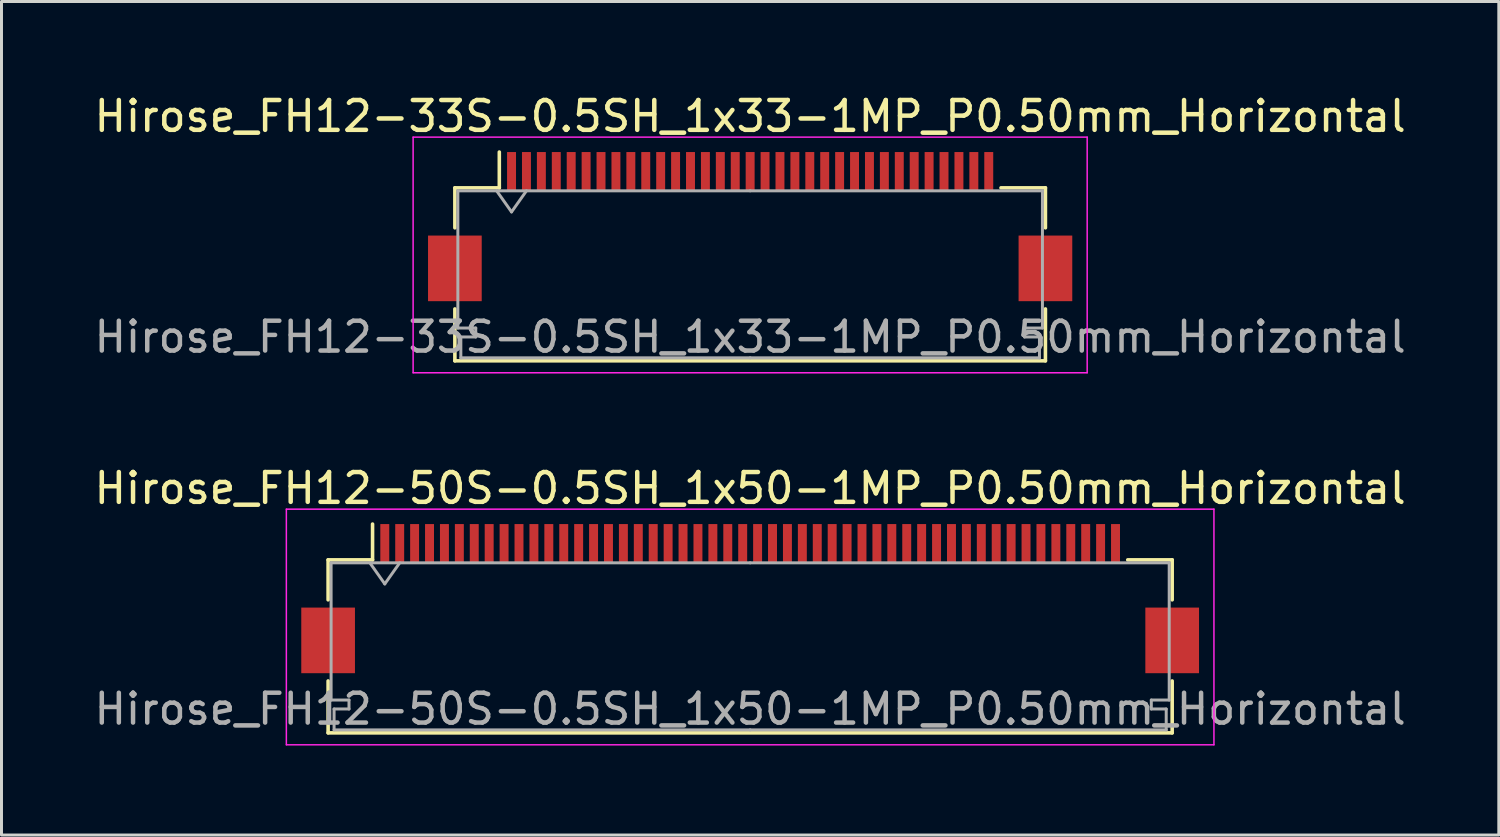
<source format=kicad_pcb>
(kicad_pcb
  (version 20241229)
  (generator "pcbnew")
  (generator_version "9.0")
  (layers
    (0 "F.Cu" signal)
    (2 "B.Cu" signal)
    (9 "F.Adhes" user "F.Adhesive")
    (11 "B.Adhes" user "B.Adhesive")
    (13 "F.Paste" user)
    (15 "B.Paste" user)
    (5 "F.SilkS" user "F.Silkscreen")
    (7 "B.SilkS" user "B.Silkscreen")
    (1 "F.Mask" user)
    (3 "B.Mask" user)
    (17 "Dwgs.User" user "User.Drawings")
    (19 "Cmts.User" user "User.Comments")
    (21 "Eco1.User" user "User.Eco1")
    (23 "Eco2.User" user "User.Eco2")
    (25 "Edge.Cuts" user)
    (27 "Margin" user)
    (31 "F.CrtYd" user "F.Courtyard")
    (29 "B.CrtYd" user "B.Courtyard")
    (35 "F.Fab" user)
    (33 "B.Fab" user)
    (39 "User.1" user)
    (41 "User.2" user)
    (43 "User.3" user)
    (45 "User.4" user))
  (footprint "Hirose_FH12-50S-0.5SH_1x50-1MP_P0.50mm_Horizontal"
    (layer "F.Cu")
    (at 22.101 17.021)
    (property "Reference" "Hirose_FH12-50S-0.5SH_1x50-1MP_P0.50mm_Horizontal" (at 0 -3.7 0) (layer "F.SilkS") (effects (font (size 1 1) (thickness 0.15))))
    (attr smd)
    (fp_line (start -14.15 -1.3) (end -14.15 0.04) (stroke (width 0.12) (type solid)) (layer "F.SilkS"))
    (fp_line (start -14.15 2.76) (end -14.15 4.5) (stroke (width 0.12) (type solid)) (layer "F.SilkS"))
    (fp_line (start -14.15 4.5) (end 14.15 4.5) (stroke (width 0.12) (type solid)) (layer "F.SilkS"))
    (fp_line (start -12.66 -1.3) (end -14.15 -1.3) (stroke (width 0.12) (type solid)) (layer "F.SilkS"))
    (fp_line (start -12.66 -1.3) (end -12.66 -2.5) (stroke (width 0.12) (type solid)) (layer "F.SilkS"))
    (fp_line (start 12.66 -1.3) (end 14.15 -1.3) (stroke (width 0.12) (type solid)) (layer "F.SilkS"))
    (fp_line (start 14.15 -1.3) (end 14.15 0.04) (stroke (width 0.12) (type solid)) (layer "F.SilkS"))
    (fp_line (start 14.15 4.5) (end 14.15 2.76) (stroke (width 0.12) (type solid)) (layer "F.SilkS"))
    (fp_line (start -15.55 -3) (end -15.55 4.9) (stroke (width 0.05) (type solid)) (layer "F.CrtYd"))
    (fp_line (start -15.55 4.9) (end 15.55 4.9) (stroke (width 0.05) (type solid)) (layer "F.CrtYd"))
    (fp_line (start 15.55 -3) (end -15.55 -3) (stroke (width 0.05) (type solid)) (layer "F.CrtYd"))
    (fp_line (start 15.55 4.9) (end 15.55 -3) (stroke (width 0.05) (type solid)) (layer "F.CrtYd"))
    (fp_line (start -14.05 -1.2) (end -14.05 3.4) (stroke (width 0.1) (type solid)) (layer "F.Fab"))
    (fp_line (start -14.05 3.4) (end -13.45 3.4) (stroke (width 0.1) (type solid)) (layer "F.Fab"))
    (fp_line (start -13.95 3.7) (end -13.95 4.4) (stroke (width 0.1) (type solid)) (layer "F.Fab"))
    (fp_line (start -13.95 4.4) (end 0 4.4) (stroke (width 0.1) (type solid)) (layer "F.Fab"))
    (fp_line (start -13.45 3.4) (end -13.45 3.7) (stroke (width 0.1) (type solid)) (layer "F.Fab"))
    (fp_line (start -13.45 3.7) (end -13.95 3.7) (stroke (width 0.1) (type solid)) (layer "F.Fab"))
    (fp_line (start -12.75 -1.2) (end -12.25 -0.493) (stroke (width 0.1) (type solid)) (layer "F.Fab"))
    (fp_line (start -12.25 -0.493) (end -11.75 -1.2) (stroke (width 0.1) (type solid)) (layer "F.Fab"))
    (fp_line (start 0 -1.2) (end -14.05 -1.2) (stroke (width 0.1) (type solid)) (layer "F.Fab"))
    (fp_line (start 0 -1.2) (end 14.05 -1.2) (stroke (width 0.1) (type solid)) (layer "F.Fab"))
    (fp_line (start 13.45 3.4) (end 13.45 3.7) (stroke (width 0.1) (type solid)) (layer "F.Fab"))
    (fp_line (start 13.45 3.7) (end 13.95 3.7) (stroke (width 0.1) (type solid)) (layer "F.Fab"))
    (fp_line (start 13.95 3.7) (end 13.95 4.4) (stroke (width 0.1) (type solid)) (layer "F.Fab"))
    (fp_line (start 13.95 4.4) (end 0 4.4) (stroke (width 0.1) (type solid)) (layer "F.Fab"))
    (fp_line (start 14.05 -1.2) (end 14.05 3.4) (stroke (width 0.1) (type solid)) (layer "F.Fab"))
    (fp_line (start 14.05 3.4) (end 13.45 3.4) (stroke (width 0.1) (type solid)) (layer "F.Fab"))
    (fp_text user "${REFERENCE}" (at 0 3.7 0) (layer "F.Fab") (effects (font (size 1 1) (thickness 0.15))))
    (pad "1" smd rect (at -12.25 -1.85) (size 0.3 1.3) (layers "F.Cu" "F.Mask" "F.Paste"))
    (pad "2" smd rect (at -11.75 -1.85) (size 0.3 1.3) (layers "F.Cu" "F.Mask" "F.Paste"))
    (pad "3" smd rect (at -11.25 -1.85) (size 0.3 1.3) (layers "F.Cu" "F.Mask" "F.Paste"))
    (pad "4" smd rect (at -10.75 -1.85) (size 0.3 1.3) (layers "F.Cu" "F.Mask" "F.Paste"))
    (pad "5" smd rect (at -10.25 -1.85) (size 0.3 1.3) (layers "F.Cu" "F.Mask" "F.Paste"))
    (pad "6" smd rect (at -9.75 -1.85) (size 0.3 1.3) (layers "F.Cu" "F.Mask" "F.Paste"))
    (pad "7" smd rect (at -9.25 -1.85) (size 0.3 1.3) (layers "F.Cu" "F.Mask" "F.Paste"))
    (pad "8" smd rect (at -8.75 -1.85) (size 0.3 1.3) (layers "F.Cu" "F.Mask" "F.Paste"))
    (pad "9" smd rect (at -8.25 -1.85) (size 0.3 1.3) (layers "F.Cu" "F.Mask" "F.Paste"))
    (pad "10" smd rect (at -7.75 -1.85) (size 0.3 1.3) (layers "F.Cu" "F.Mask" "F.Paste"))
    (pad "11" smd rect (at -7.25 -1.85) (size 0.3 1.3) (layers "F.Cu" "F.Mask" "F.Paste"))
    (pad "12" smd rect (at -6.75 -1.85) (size 0.3 1.3) (layers "F.Cu" "F.Mask" "F.Paste"))
    (pad "13" smd rect (at -6.25 -1.85) (size 0.3 1.3) (layers "F.Cu" "F.Mask" "F.Paste"))
    (pad "14" smd rect (at -5.75 -1.85) (size 0.3 1.3) (layers "F.Cu" "F.Mask" "F.Paste"))
    (pad "15" smd rect (at -5.25 -1.85) (size 0.3 1.3) (layers "F.Cu" "F.Mask" "F.Paste"))
    (pad "16" smd rect (at -4.75 -1.85) (size 0.3 1.3) (layers "F.Cu" "F.Mask" "F.Paste"))
    (pad "17" smd rect (at -4.25 -1.85) (size 0.3 1.3) (layers "F.Cu" "F.Mask" "F.Paste"))
    (pad "18" smd rect (at -3.75 -1.85) (size 0.3 1.3) (layers "F.Cu" "F.Mask" "F.Paste"))
    (pad "19" smd rect (at -3.25 -1.85) (size 0.3 1.3) (layers "F.Cu" "F.Mask" "F.Paste"))
    (pad "20" smd rect (at -2.75 -1.85) (size 0.3 1.3) (layers "F.Cu" "F.Mask" "F.Paste"))
    (pad "21" smd rect (at -2.25 -1.85) (size 0.3 1.3) (layers "F.Cu" "F.Mask" "F.Paste"))
    (pad "22" smd rect (at -1.75 -1.85) (size 0.3 1.3) (layers "F.Cu" "F.Mask" "F.Paste"))
    (pad "23" smd rect (at -1.25 -1.85) (size 0.3 1.3) (layers "F.Cu" "F.Mask" "F.Paste"))
    (pad "24" smd rect (at -0.75 -1.85) (size 0.3 1.3) (layers "F.Cu" "F.Mask" "F.Paste"))
    (pad "25" smd rect (at -0.25 -1.85) (size 0.3 1.3) (layers "F.Cu" "F.Mask" "F.Paste"))
    (pad "26" smd rect (at 0.25 -1.85) (size 0.3 1.3) (layers "F.Cu" "F.Mask" "F.Paste"))
    (pad "27" smd rect (at 0.75 -1.85) (size 0.3 1.3) (layers "F.Cu" "F.Mask" "F.Paste"))
    (pad "28" smd rect (at 1.25 -1.85) (size 0.3 1.3) (layers "F.Cu" "F.Mask" "F.Paste"))
    (pad "29" smd rect (at 1.75 -1.85) (size 0.3 1.3) (layers "F.Cu" "F.Mask" "F.Paste"))
    (pad "30" smd rect (at 2.25 -1.85) (size 0.3 1.3) (layers "F.Cu" "F.Mask" "F.Paste"))
    (pad "31" smd rect (at 2.75 -1.85) (size 0.3 1.3) (layers "F.Cu" "F.Mask" "F.Paste"))
    (pad "32" smd rect (at 3.25 -1.85) (size 0.3 1.3) (layers "F.Cu" "F.Mask" "F.Paste"))
    (pad "33" smd rect (at 3.75 -1.85) (size 0.3 1.3) (layers "F.Cu" "F.Mask" "F.Paste"))
    (pad "34" smd rect (at 4.25 -1.85) (size 0.3 1.3) (layers "F.Cu" "F.Mask" "F.Paste"))
    (pad "35" smd rect (at 4.75 -1.85) (size 0.3 1.3) (layers "F.Cu" "F.Mask" "F.Paste"))
    (pad "36" smd rect (at 5.25 -1.85) (size 0.3 1.3) (layers "F.Cu" "F.Mask" "F.Paste"))
    (pad "37" smd rect (at 5.75 -1.85) (size 0.3 1.3) (layers "F.Cu" "F.Mask" "F.Paste"))
    (pad "38" smd rect (at 6.25 -1.85) (size 0.3 1.3) (layers "F.Cu" "F.Mask" "F.Paste"))
    (pad "39" smd rect (at 6.75 -1.85) (size 0.3 1.3) (layers "F.Cu" "F.Mask" "F.Paste"))
    (pad "40" smd rect (at 7.25 -1.85) (size 0.3 1.3) (layers "F.Cu" "F.Mask" "F.Paste"))
    (pad "41" smd rect (at 7.75 -1.85) (size 0.3 1.3) (layers "F.Cu" "F.Mask" "F.Paste"))
    (pad "42" smd rect (at 8.25 -1.85) (size 0.3 1.3) (layers "F.Cu" "F.Mask" "F.Paste"))
    (pad "43" smd rect (at 8.75 -1.85) (size 0.3 1.3) (layers "F.Cu" "F.Mask" "F.Paste"))
    (pad "44" smd rect (at 9.25 -1.85) (size 0.3 1.3) (layers "F.Cu" "F.Mask" "F.Paste"))
    (pad "45" smd rect (at 9.75 -1.85) (size 0.3 1.3) (layers "F.Cu" "F.Mask" "F.Paste"))
    (pad "46" smd rect (at 10.25 -1.85) (size 0.3 1.3) (layers "F.Cu" "F.Mask" "F.Paste"))
    (pad "47" smd rect (at 10.75 -1.85) (size 0.3 1.3) (layers "F.Cu" "F.Mask" "F.Paste"))
    (pad "48" smd rect (at 11.25 -1.85) (size 0.3 1.3) (layers "F.Cu" "F.Mask" "F.Paste"))
    (pad "49" smd rect (at 11.75 -1.85) (size 0.3 1.3) (layers "F.Cu" "F.Mask" "F.Paste"))
    (pad "50" smd rect (at 12.25 -1.85) (size 0.3 1.3) (layers "F.Cu" "F.Mask" "F.Paste"))
    (pad "MP" smd rect (at -14.15 1.4) (size 1.8 2.2) (layers "F.Cu" "F.Mask" "F.Paste"))
    (pad "MP" smd rect (at 14.15 1.4) (size 1.8 2.2) (layers "F.Cu" "F.Mask" "F.Paste")))
  (footprint "Hirose_FH12-33S-0.5SH_1x33-1MP_P0.50mm_Horizontal"
    (layer "F.Cu")
    (at 22.101 4.548)
    (property "Reference" "Hirose_FH12-33S-0.5SH_1x33-1MP_P0.50mm_Horizontal" (at 0 -3.7 0) (layer "F.SilkS") (effects (font (size 1 1) (thickness 0.15))))
    (attr smd)
    (fp_line (start -9.9 -1.3) (end -9.9 0.04) (stroke (width 0.12) (type solid)) (layer "F.SilkS"))
    (fp_line (start -9.9 2.76) (end -9.9 4.5) (stroke (width 0.12) (type solid)) (layer "F.SilkS"))
    (fp_line (start -9.9 4.5) (end 9.9 4.5) (stroke (width 0.12) (type solid)) (layer "F.SilkS"))
    (fp_line (start -8.41 -1.3) (end -9.9 -1.3) (stroke (width 0.12) (type solid)) (layer "F.SilkS"))
    (fp_line (start -8.41 -1.3) (end -8.41 -2.5) (stroke (width 0.12) (type solid)) (layer "F.SilkS"))
    (fp_line (start 8.41 -1.3) (end 9.9 -1.3) (stroke (width 0.12) (type solid)) (layer "F.SilkS"))
    (fp_line (start 9.9 -1.3) (end 9.9 0.04) (stroke (width 0.12) (type solid)) (layer "F.SilkS"))
    (fp_line (start 9.9 4.5) (end 9.9 2.76) (stroke (width 0.12) (type solid)) (layer "F.SilkS"))
    (fp_line (start -11.3 -3) (end -11.3 4.9) (stroke (width 0.05) (type solid)) (layer "F.CrtYd"))
    (fp_line (start -11.3 4.9) (end 11.3 4.9) (stroke (width 0.05) (type solid)) (layer "F.CrtYd"))
    (fp_line (start 11.3 -3) (end -11.3 -3) (stroke (width 0.05) (type solid)) (layer "F.CrtYd"))
    (fp_line (start 11.3 4.9) (end 11.3 -3) (stroke (width 0.05) (type solid)) (layer "F.CrtYd"))
    (fp_line (start -9.8 -1.2) (end -9.8 3.4) (stroke (width 0.1) (type solid)) (layer "F.Fab"))
    (fp_line (start -9.8 3.4) (end -9.2 3.4) (stroke (width 0.1) (type solid)) (layer "F.Fab"))
    (fp_line (start -9.7 3.7) (end -9.7 4.4) (stroke (width 0.1) (type solid)) (layer "F.Fab"))
    (fp_line (start -9.7 4.4) (end 0 4.4) (stroke (width 0.1) (type solid)) (layer "F.Fab"))
    (fp_line (start -9.2 3.4) (end -9.2 3.7) (stroke (width 0.1) (type solid)) (layer "F.Fab"))
    (fp_line (start -9.2 3.7) (end -9.7 3.7) (stroke (width 0.1) (type solid)) (layer "F.Fab"))
    (fp_line (start -8.5 -1.2) (end -8 -0.493) (stroke (width 0.1) (type solid)) (layer "F.Fab"))
    (fp_line (start -8 -0.493) (end -7.5 -1.2) (stroke (width 0.1) (type solid)) (layer "F.Fab"))
    (fp_line (start 0 -1.2) (end -9.8 -1.2) (stroke (width 0.1) (type solid)) (layer "F.Fab"))
    (fp_line (start 0 -1.2) (end 9.8 -1.2) (stroke (width 0.1) (type solid)) (layer "F.Fab"))
    (fp_line (start 9.2 3.4) (end 9.2 3.7) (stroke (width 0.1) (type solid)) (layer "F.Fab"))
    (fp_line (start 9.2 3.7) (end 9.7 3.7) (stroke (width 0.1) (type solid)) (layer "F.Fab"))
    (fp_line (start 9.7 3.7) (end 9.7 4.4) (stroke (width 0.1) (type solid)) (layer "F.Fab"))
    (fp_line (start 9.7 4.4) (end 0 4.4) (stroke (width 0.1) (type solid)) (layer "F.Fab"))
    (fp_line (start 9.8 -1.2) (end 9.8 3.4) (stroke (width 0.1) (type solid)) (layer "F.Fab"))
    (fp_line (start 9.8 3.4) (end 9.2 3.4) (stroke (width 0.1) (type solid)) (layer "F.Fab"))
    (fp_text user "${REFERENCE}" (at 0 3.7 0) (layer "F.Fab") (effects (font (size 1 1) (thickness 0.15))))
    (pad "1" smd rect (at -8 -1.85) (size 0.3 1.3) (layers "F.Cu" "F.Mask" "F.Paste"))
    (pad "2" smd rect (at -7.5 -1.85) (size 0.3 1.3) (layers "F.Cu" "F.Mask" "F.Paste"))
    (pad "3" smd rect (at -7 -1.85) (size 0.3 1.3) (layers "F.Cu" "F.Mask" "F.Paste"))
    (pad "4" smd rect (at -6.5 -1.85) (size 0.3 1.3) (layers "F.Cu" "F.Mask" "F.Paste"))
    (pad "5" smd rect (at -6 -1.85) (size 0.3 1.3) (layers "F.Cu" "F.Mask" "F.Paste"))
    (pad "6" smd rect (at -5.5 -1.85) (size 0.3 1.3) (layers "F.Cu" "F.Mask" "F.Paste"))
    (pad "7" smd rect (at -5 -1.85) (size 0.3 1.3) (layers "F.Cu" "F.Mask" "F.Paste"))
    (pad "8" smd rect (at -4.5 -1.85) (size 0.3 1.3) (layers "F.Cu" "F.Mask" "F.Paste"))
    (pad "9" smd rect (at -4 -1.85) (size 0.3 1.3) (layers "F.Cu" "F.Mask" "F.Paste"))
    (pad "10" smd rect (at -3.5 -1.85) (size 0.3 1.3) (layers "F.Cu" "F.Mask" "F.Paste"))
    (pad "11" smd rect (at -3 -1.85) (size 0.3 1.3) (layers "F.Cu" "F.Mask" "F.Paste"))
    (pad "12" smd rect (at -2.5 -1.85) (size 0.3 1.3) (layers "F.Cu" "F.Mask" "F.Paste"))
    (pad "13" smd rect (at -2 -1.85) (size 0.3 1.3) (layers "F.Cu" "F.Mask" "F.Paste"))
    (pad "14" smd rect (at -1.5 -1.85) (size 0.3 1.3) (layers "F.Cu" "F.Mask" "F.Paste"))
    (pad "15" smd rect (at -1 -1.85) (size 0.3 1.3) (layers "F.Cu" "F.Mask" "F.Paste"))
    (pad "16" smd rect (at -0.5 -1.85) (size 0.3 1.3) (layers "F.Cu" "F.Mask" "F.Paste"))
    (pad "17" smd rect (at 0 -1.85) (size 0.3 1.3) (layers "F.Cu" "F.Mask" "F.Paste"))
    (pad "18" smd rect (at 0.5 -1.85) (size 0.3 1.3) (layers "F.Cu" "F.Mask" "F.Paste"))
    (pad "19" smd rect (at 1 -1.85) (size 0.3 1.3) (layers "F.Cu" "F.Mask" "F.Paste"))
    (pad "20" smd rect (at 1.5 -1.85) (size 0.3 1.3) (layers "F.Cu" "F.Mask" "F.Paste"))
    (pad "21" smd rect (at 2 -1.85) (size 0.3 1.3) (layers "F.Cu" "F.Mask" "F.Paste"))
    (pad "22" smd rect (at 2.5 -1.85) (size 0.3 1.3) (layers "F.Cu" "F.Mask" "F.Paste"))
    (pad "23" smd rect (at 3 -1.85) (size 0.3 1.3) (layers "F.Cu" "F.Mask" "F.Paste"))
    (pad "24" smd rect (at 3.5 -1.85) (size 0.3 1.3) (layers "F.Cu" "F.Mask" "F.Paste"))
    (pad "25" smd rect (at 4 -1.85) (size 0.3 1.3) (layers "F.Cu" "F.Mask" "F.Paste"))
    (pad "26" smd rect (at 4.5 -1.85) (size 0.3 1.3) (layers "F.Cu" "F.Mask" "F.Paste"))
    (pad "27" smd rect (at 5 -1.85) (size 0.3 1.3) (layers "F.Cu" "F.Mask" "F.Paste"))
    (pad "28" smd rect (at 5.5 -1.85) (size 0.3 1.3) (layers "F.Cu" "F.Mask" "F.Paste"))
    (pad "29" smd rect (at 6 -1.85) (size 0.3 1.3) (layers "F.Cu" "F.Mask" "F.Paste"))
    (pad "30" smd rect (at 6.5 -1.85) (size 0.3 1.3) (layers "F.Cu" "F.Mask" "F.Paste"))
    (pad "31" smd rect (at 7 -1.85) (size 0.3 1.3) (layers "F.Cu" "F.Mask" "F.Paste"))
    (pad "32" smd rect (at 7.5 -1.85) (size 0.3 1.3) (layers "F.Cu" "F.Mask" "F.Paste"))
    (pad "33" smd rect (at 8 -1.85) (size 0.3 1.3) (layers "F.Cu" "F.Mask" "F.Paste"))
    (pad "MP" smd rect (at -9.9 1.4) (size 1.8 2.2) (layers "F.Cu" "F.Mask" "F.Paste"))
    (pad "MP" smd rect (at 9.9 1.4) (size 1.8 2.2) (layers "F.Cu" "F.Mask" "F.Paste")))
  (gr_rect
    (start -3 -3)
    (end 47.202 24.947)
    (stroke (width 0.1) (type default))
    (fill no)
    (layer "Edge.Cuts")))
</source>
